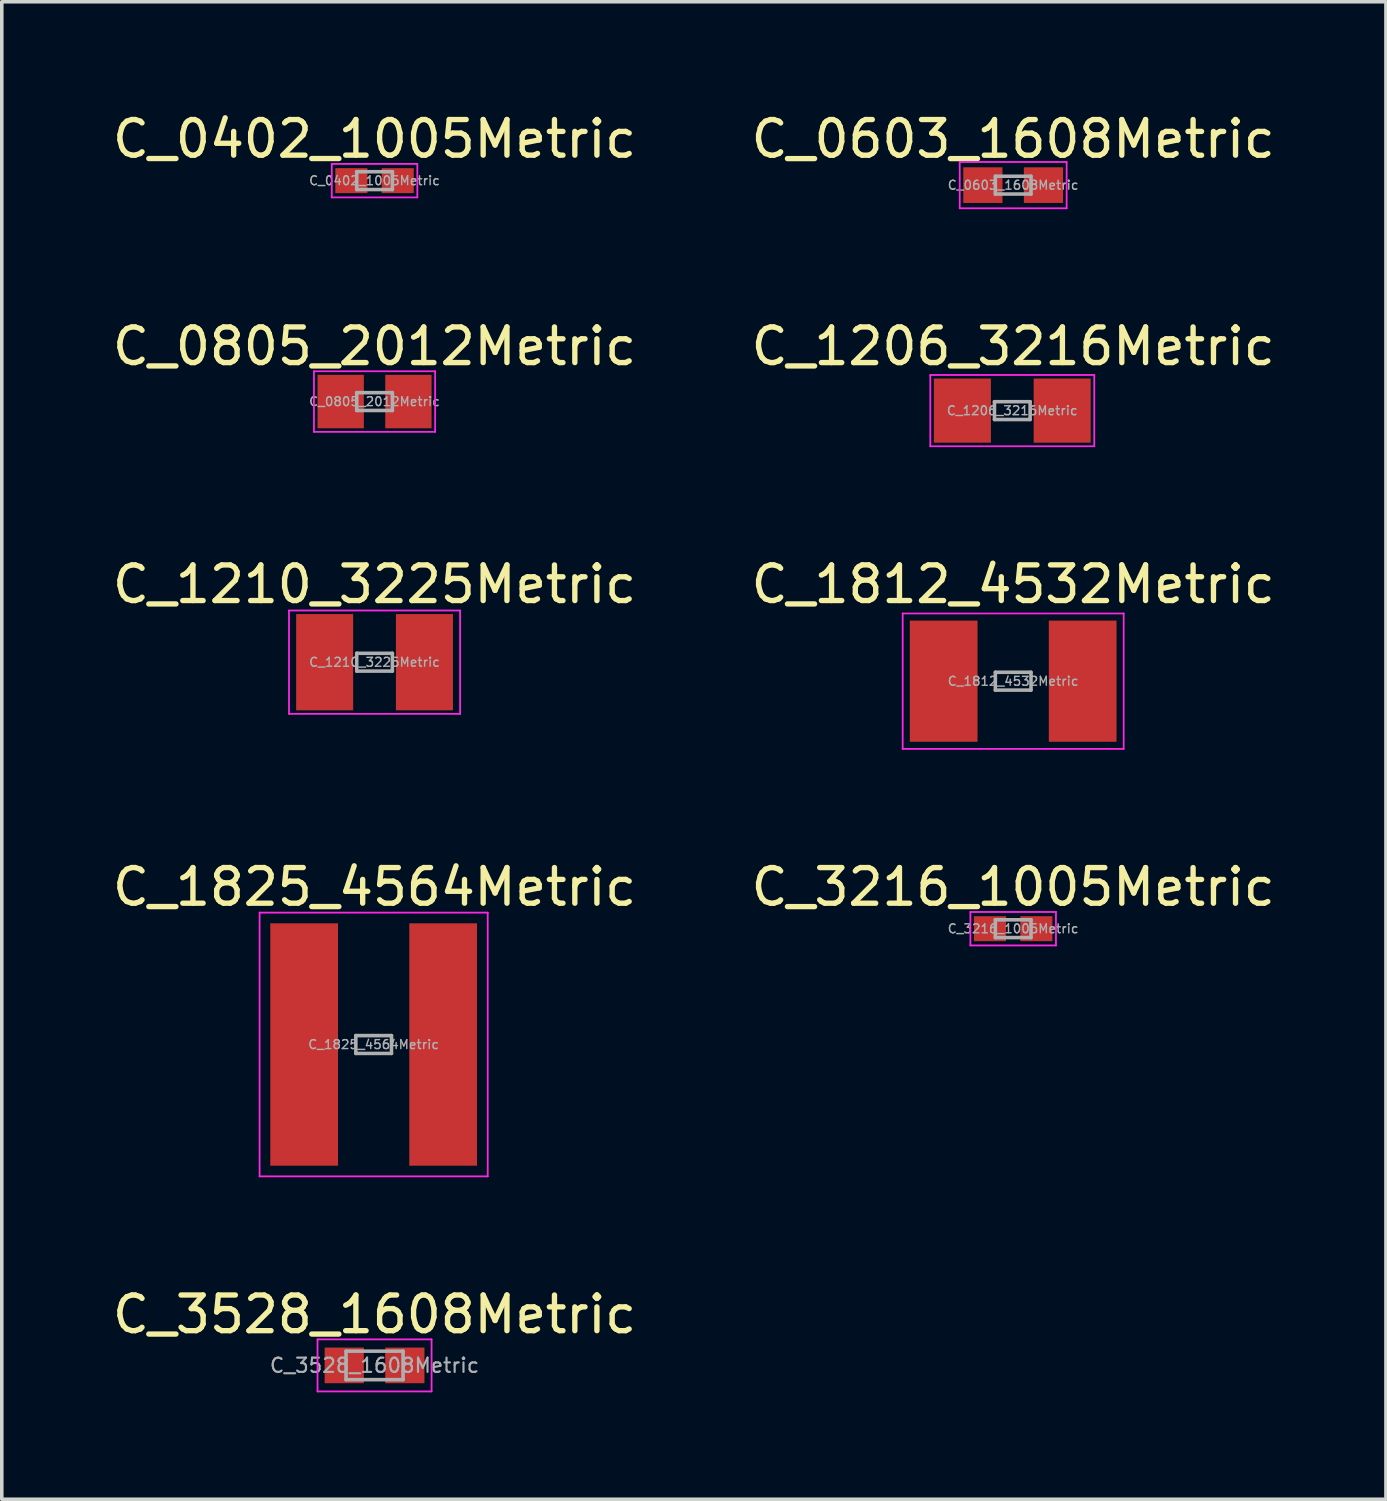
<source format=kicad_pcb>
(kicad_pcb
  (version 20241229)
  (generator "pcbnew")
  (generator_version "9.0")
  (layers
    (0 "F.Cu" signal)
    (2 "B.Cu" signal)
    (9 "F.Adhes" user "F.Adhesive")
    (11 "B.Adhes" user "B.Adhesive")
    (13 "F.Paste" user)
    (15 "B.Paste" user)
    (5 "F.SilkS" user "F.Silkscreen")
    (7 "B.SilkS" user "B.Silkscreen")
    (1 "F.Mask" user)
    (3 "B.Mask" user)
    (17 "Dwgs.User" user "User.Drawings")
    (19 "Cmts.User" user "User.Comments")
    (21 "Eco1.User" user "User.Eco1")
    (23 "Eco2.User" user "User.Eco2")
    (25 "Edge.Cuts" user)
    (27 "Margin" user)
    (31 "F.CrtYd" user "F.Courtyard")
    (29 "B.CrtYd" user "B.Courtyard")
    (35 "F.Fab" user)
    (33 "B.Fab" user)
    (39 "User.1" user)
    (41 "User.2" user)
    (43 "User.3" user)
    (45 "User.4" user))
  (footprint "C_3216_1005Metric"
    (layer "F.Cu")
    (at 25.375 23.005)
    (property "Reference" "C_3216_1005Metric" (at 0 -1.17 0) (layer "F.SilkS") (effects (font (size 1 1) (thickness 0.15))))
    (attr smd)
    (fp_line (start -1.2 -0.47) (end 1.2 -0.47) (stroke (width 0.05) (type solid)) (layer "F.CrtYd"))
    (fp_line (start -1.2 0.47) (end -1.2 -0.47) (stroke (width 0.05) (type solid)) (layer "F.CrtYd"))
    (fp_line (start -1.2 0.47) (end 1.2 0.47) (stroke (width 0.05) (type solid)) (layer "F.CrtYd"))
    (fp_line (start 1.2 -0.47) (end 1.2 0.47) (stroke (width 0.05) (type solid)) (layer "F.CrtYd"))
    (fp_line (start -0.5 -0.25) (end 0.5 -0.25) (stroke (width 0.1) (type solid)) (layer "F.Fab"))
    (fp_line (start -0.5 0.25) (end -0.5 -0.25) (stroke (width 0.1) (type solid)) (layer "F.Fab"))
    (fp_line (start 0.5 -0.25) (end 0.5 0.25) (stroke (width 0.1) (type solid)) (layer "F.Fab"))
    (fp_line (start 0.5 0.25) (end -0.5 0.25) (stroke (width 0.1) (type solid)) (layer "F.Fab"))
    (fp_text user "${REFERENCE}" (at 0 0 0) (layer "F.Fab") (effects (font (size 0.25 0.25) (thickness 0.04))))
    (pad "1" smd rect (at -0.65 0) (size 0.9 0.7) (layers "F.Cu" "F.Mask" "F.Paste"))
    (pad "2" smd rect (at 0.65 0) (size 0.9 0.7) (layers "F.Cu" "F.Mask" "F.Paste")))
  (footprint "C_0603_1608Metric"
    (layer "F.Cu")
    (at 25.375 2.144)
    (property "Reference" "C_0603_1608Metric" (at 0 -1.295 0) (layer "F.SilkS") (effects (font (size 1 1) (thickness 0.15))))
    (attr smd)
    (fp_line (start -1.5 -0.65) (end 1.5 -0.65) (stroke (width 0.05) (type solid)) (layer "F.CrtYd"))
    (fp_line (start -1.5 0.65) (end -1.5 -0.65) (stroke (width 0.05) (type solid)) (layer "F.CrtYd"))
    (fp_line (start -1.5 0.65) (end 1.5 0.65) (stroke (width 0.05) (type solid)) (layer "F.CrtYd"))
    (fp_line (start 1.5 -0.65) (end 1.5 0.65) (stroke (width 0.05) (type solid)) (layer "F.CrtYd"))
    (fp_line (start -0.5 -0.25) (end 0.5 -0.25) (stroke (width 0.1) (type solid)) (layer "F.Fab"))
    (fp_line (start -0.5 0.25) (end -0.5 -0.25) (stroke (width 0.1) (type solid)) (layer "F.Fab"))
    (fp_line (start 0.5 -0.25) (end 0.5 0.25) (stroke (width 0.1) (type solid)) (layer "F.Fab"))
    (fp_line (start 0.5 0.25) (end -0.5 0.25) (stroke (width 0.1) (type solid)) (layer "F.Fab"))
    (fp_text user "${REFERENCE}" (at 0 0 0) (layer "F.Fab") (effects (font (size 0.25 0.25) (thickness 0.04))))
    (pad "1" smd rect (at -0.85 0) (size 1.1 1) (layers "F.Cu" "F.Mask" "F.Paste"))
    (pad "2" smd rect (at 0.85 0) (size 1.1 1) (layers "F.Cu" "F.Mask" "F.Paste")))
  (footprint "C_1812_4532Metric"
    (layer "F.Cu")
    (at 25.375 16.061)
    (property "Reference" "C_1812_4532Metric" (at 0 -2.718 0) (layer "F.SilkS") (effects (font (size 1 1) (thickness 0.15))))
    (attr smd)
    (fp_line (start -3.1 -1.9) (end 3.1 -1.9) (stroke (width 0.05) (type solid)) (layer "F.CrtYd"))
    (fp_line (start -3.1 1.9) (end -3.1 -1.9) (stroke (width 0.05) (type solid)) (layer "F.CrtYd"))
    (fp_line (start -3.1 1.9) (end 3.1 1.9) (stroke (width 0.05) (type solid)) (layer "F.CrtYd"))
    (fp_line (start 3.1 -1.9) (end 3.1 1.9) (stroke (width 0.05) (type solid)) (layer "F.CrtYd"))
    (fp_line (start -0.5 -0.25) (end 0.5 -0.25) (stroke (width 0.1) (type solid)) (layer "F.Fab"))
    (fp_line (start -0.5 0.25) (end -0.5 -0.25) (stroke (width 0.1) (type solid)) (layer "F.Fab"))
    (fp_line (start 0.5 -0.25) (end 0.5 0.25) (stroke (width 0.1) (type solid)) (layer "F.Fab"))
    (fp_line (start 0.5 0.25) (end -0.5 0.25) (stroke (width 0.1) (type solid)) (layer "F.Fab"))
    (fp_text user "${REFERENCE}" (at 0 0 0) (layer "F.Fab") (effects (font (size 0.25 0.25) (thickness 0.04))))
    (pad "1" smd rect (at -1.95 0) (size 1.9 3.4) (layers "F.Cu" "F.Mask" "F.Paste"))
    (pad "2" smd rect (at 1.95 0) (size 1.9 3.4) (layers "F.Cu" "F.Mask" "F.Paste")))
  (footprint "C_0402_1005Metric"
    (layer "F.Cu")
    (at 7.458 2.018)
    (property "Reference" "C_0402_1005Metric" (at 0 -1.17 0) (layer "F.SilkS") (effects (font (size 1 1) (thickness 0.15))))
    (attr smd)
    (fp_line (start -1.2 -0.47) (end 1.2 -0.47) (stroke (width 0.05) (type solid)) (layer "F.CrtYd"))
    (fp_line (start -1.2 0.47) (end -1.2 -0.47) (stroke (width 0.05) (type solid)) (layer "F.CrtYd"))
    (fp_line (start -1.2 0.47) (end 1.2 0.47) (stroke (width 0.05) (type solid)) (layer "F.CrtYd"))
    (fp_line (start 1.2 -0.47) (end 1.2 0.47) (stroke (width 0.05) (type solid)) (layer "F.CrtYd"))
    (fp_line (start -0.5 -0.25) (end 0.5 -0.25) (stroke (width 0.1) (type solid)) (layer "F.Fab"))
    (fp_line (start -0.5 0.25) (end -0.5 -0.25) (stroke (width 0.1) (type solid)) (layer "F.Fab"))
    (fp_line (start 0.5 -0.25) (end 0.5 0.25) (stroke (width 0.1) (type solid)) (layer "F.Fab"))
    (fp_line (start 0.5 0.25) (end -0.5 0.25) (stroke (width 0.1) (type solid)) (layer "F.Fab"))
    (fp_text user "${REFERENCE}" (at 0 0 0) (layer "F.Fab") (effects (font (size 0.25 0.25) (thickness 0.04))))
    (pad "1" smd rect (at -0.65 0) (size 0.9 0.7) (layers "F.Cu" "F.Mask" "F.Paste"))
    (pad "2" smd rect (at 0.65 0) (size 0.9 0.7) (layers "F.Cu" "F.Mask" "F.Paste")))
  (footprint "C_1825_4564Metric"
    (layer "F.Cu")
    (at 7.433 26.254)
    (property "Reference" "C_1825_4564Metric" (at 0.025 -4.42 0) (layer "F.SilkS") (effects (font (size 1 1) (thickness 0.15))))
    (attr smd)
    (fp_line (start -3.2 -3.7) (end 3.2 -3.7) (stroke (width 0.05) (type solid)) (layer "F.CrtYd"))
    (fp_line (start -3.2 3.7) (end -3.2 -3.7) (stroke (width 0.05) (type solid)) (layer "F.CrtYd"))
    (fp_line (start -3.2 3.7) (end 3.2 3.7) (stroke (width 0.05) (type solid)) (layer "F.CrtYd"))
    (fp_line (start 3.2 -3.7) (end 3.2 3.7) (stroke (width 0.05) (type solid)) (layer "F.CrtYd"))
    (fp_line (start -0.5 -0.25) (end 0.5 -0.25) (stroke (width 0.1) (type solid)) (layer "F.Fab"))
    (fp_line (start -0.5 0.25) (end -0.5 -0.25) (stroke (width 0.1) (type solid)) (layer "F.Fab"))
    (fp_line (start 0.5 -0.25) (end 0.5 0.25) (stroke (width 0.1) (type solid)) (layer "F.Fab"))
    (fp_line (start 0.5 0.25) (end -0.5 0.25) (stroke (width 0.1) (type solid)) (layer "F.Fab"))
    (fp_text user "${REFERENCE}" (at 0 0 0) (layer "F.Fab") (effects (font (size 0.25 0.25) (thickness 0.04))))
    (pad "1" smd rect (at -1.95 0) (size 1.9 6.8) (layers "F.Cu" "F.Mask" "F.Paste"))
    (pad "2" smd rect (at 1.95 0) (size 1.9 6.8) (layers "F.Cu" "F.Mask" "F.Paste")))
  (footprint "C_1210_3225Metric"
    (layer "F.Cu")
    (at 7.458 15.528)
    (property "Reference" "C_1210_3225Metric" (at 0 -2.184 0) (layer "F.SilkS") (effects (font (size 1 1) (thickness 0.15))))
    (attr smd)
    (fp_line (start -2.4 -1.45) (end 2.4 -1.45) (stroke (width 0.05) (type solid)) (layer "F.CrtYd"))
    (fp_line (start -2.4 1.45) (end -2.4 -1.45) (stroke (width 0.05) (type solid)) (layer "F.CrtYd"))
    (fp_line (start -2.4 1.45) (end 2.4 1.45) (stroke (width 0.05) (type solid)) (layer "F.CrtYd"))
    (fp_line (start 2.4 -1.45) (end 2.4 1.45) (stroke (width 0.05) (type solid)) (layer "F.CrtYd"))
    (fp_line (start -0.5 -0.25) (end 0.5 -0.25) (stroke (width 0.1) (type solid)) (layer "F.Fab"))
    (fp_line (start -0.5 0.25) (end -0.5 -0.25) (stroke (width 0.1) (type solid)) (layer "F.Fab"))
    (fp_line (start 0.5 -0.25) (end 0.5 0.25) (stroke (width 0.1) (type solid)) (layer "F.Fab"))
    (fp_line (start 0.5 0.25) (end -0.5 0.25) (stroke (width 0.1) (type solid)) (layer "F.Fab"))
    (fp_text user "${REFERENCE}" (at 0 0 0) (layer "F.Fab") (effects (font (size 0.25 0.25) (thickness 0.04))))
    (pad "1" smd rect (at -1.4 0) (size 1.6 2.7) (layers "F.Cu" "F.Mask" "F.Paste"))
    (pad "2" smd rect (at 1.4 0) (size 1.6 2.7) (layers "F.Cu" "F.Mask" "F.Paste")))
  (footprint "C_0805_2012Metric"
    (layer "F.Cu")
    (at 7.458 8.216)
    (property "Reference" "C_0805_2012Metric" (at 0 -1.549 0) (layer "F.SilkS") (effects (font (size 1 1) (thickness 0.15))))
    (attr smd)
    (fp_line (start -1.7 -0.85) (end 1.7 -0.85) (stroke (width 0.05) (type solid)) (layer "F.CrtYd"))
    (fp_line (start -1.7 0.85) (end -1.7 -0.85) (stroke (width 0.05) (type solid)) (layer "F.CrtYd"))
    (fp_line (start -1.7 0.85) (end 1.7 0.85) (stroke (width 0.05) (type solid)) (layer "F.CrtYd"))
    (fp_line (start 1.7 -0.85) (end 1.7 0.85) (stroke (width 0.05) (type solid)) (layer "F.CrtYd"))
    (fp_line (start -0.5 -0.25) (end 0.5 -0.25) (stroke (width 0.1) (type solid)) (layer "F.Fab"))
    (fp_line (start -0.5 0.25) (end -0.5 -0.25) (stroke (width 0.1) (type solid)) (layer "F.Fab"))
    (fp_line (start 0.5 -0.25) (end 0.5 0.25) (stroke (width 0.1) (type solid)) (layer "F.Fab"))
    (fp_line (start 0.5 0.25) (end -0.5 0.25) (stroke (width 0.1) (type solid)) (layer "F.Fab"))
    (fp_text user "${REFERENCE}" (at 0 0 0) (layer "F.Fab") (effects (font (size 0.25 0.25) (thickness 0.04))))
    (pad "1" smd rect (at -0.95 0) (size 1.3 1.5) (layers "F.Cu" "F.Mask" "F.Paste"))
    (pad "2" smd rect (at 0.95 0) (size 1.3 1.5) (layers "F.Cu" "F.Mask" "F.Paste")))
  (footprint "C_3528_1608Metric"
    (layer "F.Cu")
    (at 7.458 35.257)
    (property "Reference" "C_3528_1608Metric" (at 0 -1.43 0) (layer "F.SilkS") (effects (font (size 1 1) (thickness 0.15))))
    (attr smd)
    (fp_line (start -1.6 -0.73) (end 1.6 -0.73) (stroke (width 0.05) (type solid)) (layer "F.CrtYd"))
    (fp_line (start -1.6 0.73) (end -1.6 -0.73) (stroke (width 0.05) (type solid)) (layer "F.CrtYd"))
    (fp_line (start 1.6 -0.73) (end 1.6 0.73) (stroke (width 0.05) (type solid)) (layer "F.CrtYd"))
    (fp_line (start 1.6 0.73) (end -1.6 0.73) (stroke (width 0.05) (type solid)) (layer "F.CrtYd"))
    (fp_line (start -0.8 -0.4) (end 0.8 -0.4) (stroke (width 0.1) (type solid)) (layer "F.Fab"))
    (fp_line (start -0.8 0.4) (end -0.8 -0.4) (stroke (width 0.1) (type solid)) (layer "F.Fab"))
    (fp_line (start 0.8 -0.4) (end 0.8 0.4) (stroke (width 0.1) (type solid)) (layer "F.Fab"))
    (fp_line (start 0.8 0.4) (end -0.8 0.4) (stroke (width 0.1) (type solid)) (layer "F.Fab"))
    (fp_text user "${REFERENCE}" (at 0 0 0) (layer "F.Fab") (effects (font (size 0.4 0.4) (thickness 0.06))))
    (pad "1" smd rect (at -0.85 0) (size 1.1 1) (layers "F.Cu" "F.Mask" "F.Paste"))
    (pad "2" smd rect (at 0.85 0) (size 1.1 1) (layers "F.Cu" "F.Mask" "F.Paste")))
  (footprint "C_1206_3216Metric"
    (layer "F.Cu")
    (at 25.35 8.47)
    (property "Reference" "C_1206_3216Metric" (at 0.025 -1.803 0) (layer "F.SilkS") (effects (font (size 1 1) (thickness 0.15))))
    (attr smd)
    (fp_line (start -2.3 -1) (end 2.3 -1) (stroke (width 0.05) (type solid)) (layer "F.CrtYd"))
    (fp_line (start -2.3 1) (end -2.3 -1) (stroke (width 0.05) (type solid)) (layer "F.CrtYd"))
    (fp_line (start -2.3 1) (end 2.3 1) (stroke (width 0.05) (type solid)) (layer "F.CrtYd"))
    (fp_line (start 2.3 -1) (end 2.3 1) (stroke (width 0.05) (type solid)) (layer "F.CrtYd"))
    (fp_line (start -0.5 -0.25) (end 0.5 -0.25) (stroke (width 0.1) (type solid)) (layer "F.Fab"))
    (fp_line (start -0.5 0.25) (end -0.5 -0.25) (stroke (width 0.1) (type solid)) (layer "F.Fab"))
    (fp_line (start 0.5 -0.25) (end 0.5 0.25) (stroke (width 0.1) (type solid)) (layer "F.Fab"))
    (fp_line (start 0.5 0.25) (end -0.5 0.25) (stroke (width 0.1) (type solid)) (layer "F.Fab"))
    (fp_text user "${REFERENCE}" (at 0 0 0) (layer "F.Fab") (effects (font (size 0.25 0.25) (thickness 0.04))))
    (pad "1" smd rect (at -1.4 0) (size 1.6 1.8) (layers "F.Cu" "F.Mask" "F.Paste"))
    (pad "2" smd rect (at 1.4 0) (size 1.6 1.8) (layers "F.Cu" "F.Mask" "F.Paste")))
  (gr_rect
    (start -3 -3)
    (end 35.833 39.012)
    (stroke (width 0.1) (type default))
    (fill no)
    (layer "Edge.Cuts")))
</source>
